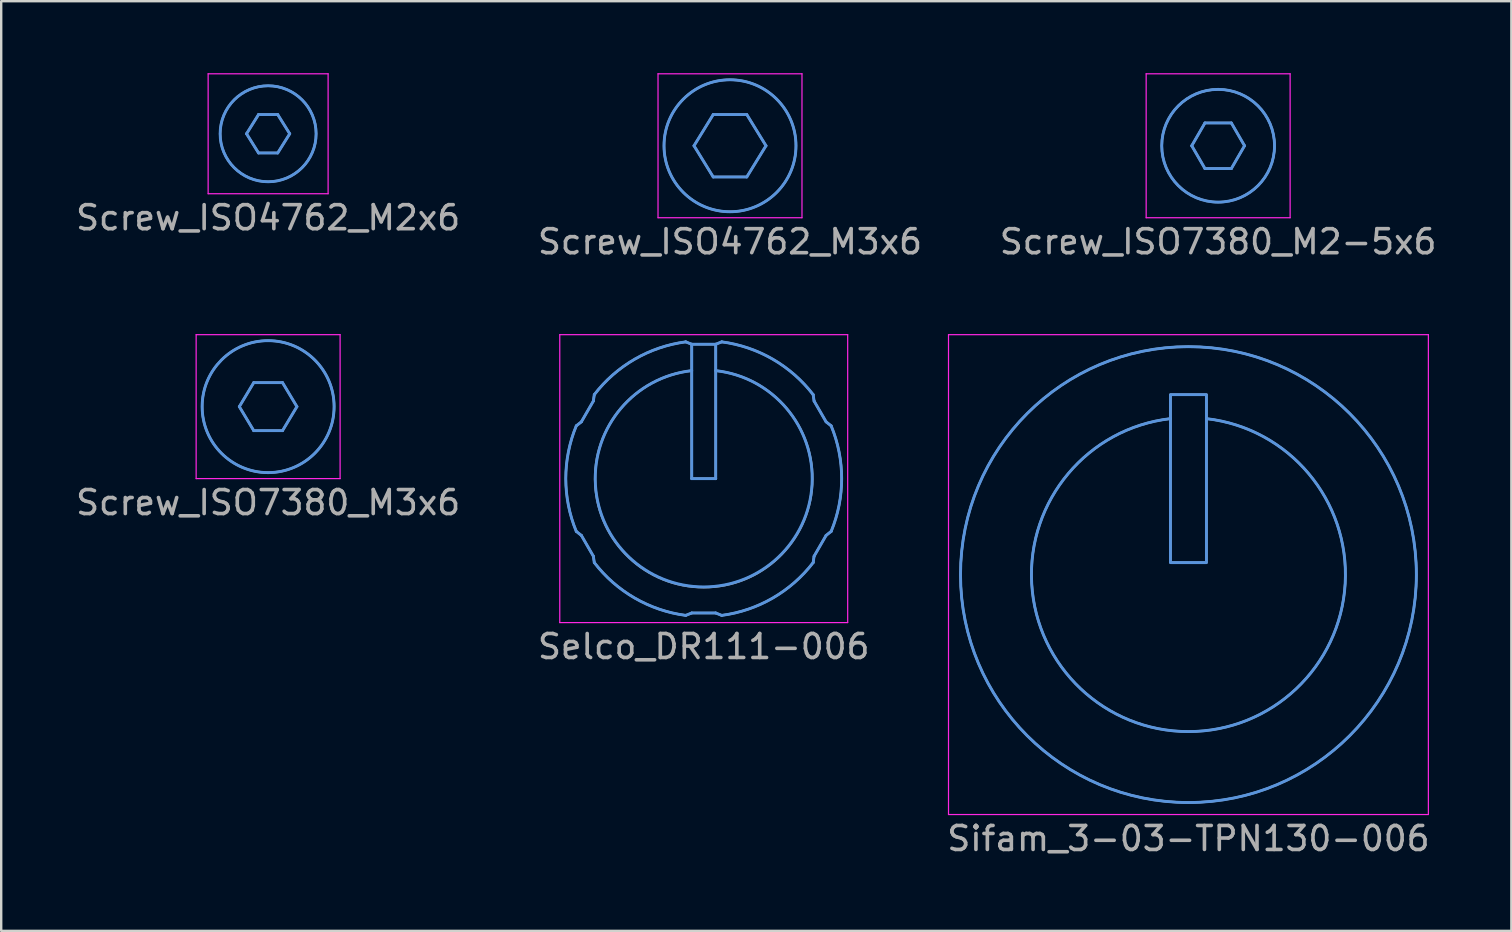
<source format=kicad_pcb>
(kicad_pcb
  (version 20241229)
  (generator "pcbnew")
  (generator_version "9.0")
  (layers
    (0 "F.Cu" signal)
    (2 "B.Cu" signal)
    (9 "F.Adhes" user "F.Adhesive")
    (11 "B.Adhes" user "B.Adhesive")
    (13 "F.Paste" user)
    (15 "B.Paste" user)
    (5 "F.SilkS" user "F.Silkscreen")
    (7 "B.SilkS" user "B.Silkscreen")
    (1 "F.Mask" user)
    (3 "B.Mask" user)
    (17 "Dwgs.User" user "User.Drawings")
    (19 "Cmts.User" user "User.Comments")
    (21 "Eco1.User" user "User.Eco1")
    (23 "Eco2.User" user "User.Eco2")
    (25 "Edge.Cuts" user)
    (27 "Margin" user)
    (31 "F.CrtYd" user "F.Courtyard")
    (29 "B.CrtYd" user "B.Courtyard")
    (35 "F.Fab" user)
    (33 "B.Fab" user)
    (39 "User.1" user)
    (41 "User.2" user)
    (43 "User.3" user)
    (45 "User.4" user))
  (footprint "Screw_ISO7380_M3x6"
    (layer "F.Cu")
    (at 8.125 13.898)
    (property "Reference" "Screw_ISO7380_M3x6" (at 0 4 0) (unlocked yes) (layer "F.Fab") (effects (font (size 1 1) (thickness 0.15))))
    (fp_line (start -1.2 0) (end -0.6 -1) (stroke (width 0.12) (type solid)) (layer "Cmts.User"))
    (fp_line (start -0.6 -1) (end 0.6 -1) (stroke (width 0.12) (type solid)) (layer "Cmts.User"))
    (fp_line (start -0.6 1) (end -1.2 0) (stroke (width 0.12) (type solid)) (layer "Cmts.User"))
    (fp_line (start 0.6 -1) (end 1.2 0) (stroke (width 0.12) (type solid)) (layer "Cmts.User"))
    (fp_line (start 0.6 1) (end -0.6 1) (stroke (width 0.12) (type solid)) (layer "Cmts.User"))
    (fp_line (start 1.2 0) (end 0.6 1) (stroke (width 0.12) (type solid)) (layer "Cmts.User"))
    (fp_circle (center 0 0) (end 2.75 0) (stroke (width 0.12) (type solid)) (fill no) (layer "Cmts.User"))
    (fp_line (start -3 -3) (end 3 -3) (stroke (width 0.05) (type solid)) (layer "F.CrtYd"))
    (fp_line (start -3 3) (end -3 -3) (stroke (width 0.05) (type solid)) (layer "F.CrtYd"))
    (fp_line (start 3 -3) (end 3 3) (stroke (width 0.05) (type solid)) (layer "F.CrtYd"))
    (fp_line (start 3 3) (end -3 3) (stroke (width 0.05) (type solid)) (layer "F.CrtYd"))
    (fp_line (start -1.2 0) (end -0.6 -1) (stroke (width 0.1) (type solid)) (layer "F.Fab"))
    (fp_line (start -0.6 1) (end -1.2 0) (stroke (width 0.1) (type solid)) (layer "F.Fab"))
    (fp_line (start -0.6 1) (end 0.6 1) (stroke (width 0.1) (type solid)) (layer "F.Fab"))
    (fp_line (start 0.6 -1) (end -0.6 -1) (stroke (width 0.1) (type solid)) (layer "F.Fab"))
    (fp_line (start 0.6 1) (end 1.2 0) (stroke (width 0.1) (type solid)) (layer "F.Fab"))
    (fp_line (start 1.2 0) (end 0.6 -1) (stroke (width 0.1) (type solid)) (layer "F.Fab"))
    (fp_circle (center 0 0) (end 2.75 0) (stroke (width 0.1) (type solid)) (fill no) (layer "F.Fab")))
  (footprint "Screw_ISO4762_M3x6"
    (layer "F.Cu")
    (at 27.375 3.025)
    (property "Reference" "Screw_ISO4762_M3x6" (at 0 4 0) (unlocked yes) (layer "F.Fab") (effects (font (size 1 1) (thickness 0.15))))
    (fp_line (start -1.5 0) (end -0.7 -1.3) (stroke (width 0.12) (type solid)) (layer "Cmts.User"))
    (fp_line (start -0.7 1.3) (end -1.5 0) (stroke (width 0.12) (type solid)) (layer "Cmts.User"))
    (fp_line (start 0.7 -1.3) (end -0.7 -1.3) (stroke (width 0.12) (type solid)) (layer "Cmts.User"))
    (fp_line (start 0.7 1.3) (end -0.7 1.3) (stroke (width 0.12) (type solid)) (layer "Cmts.User"))
    (fp_line (start 1.5 0) (end 0.7 -1.3) (stroke (width 0.12) (type solid)) (layer "Cmts.User"))
    (fp_line (start 1.5 0) (end 0.7 1.3) (stroke (width 0.12) (type solid)) (layer "Cmts.User"))
    (fp_circle (center 0 0) (end 2.75 0) (stroke (width 0.12) (type solid)) (fill no) (layer "Cmts.User"))
    (fp_line (start -3 -3) (end 3 -3) (stroke (width 0.05) (type solid)) (layer "F.CrtYd"))
    (fp_line (start -3 3) (end -3 -3) (stroke (width 0.05) (type solid)) (layer "F.CrtYd"))
    (fp_line (start 3 -3) (end 3 3) (stroke (width 0.05) (type solid)) (layer "F.CrtYd"))
    (fp_line (start 3 3) (end -3 3) (stroke (width 0.05) (type solid)) (layer "F.CrtYd"))
    (fp_line (start -1.5 0) (end -0.7 -1.3) (stroke (width 0.1) (type solid)) (layer "F.Fab"))
    (fp_line (start -0.7 -1.3) (end 0.7 -1.3) (stroke (width 0.1) (type solid)) (layer "F.Fab"))
    (fp_line (start -0.7 1.3) (end -1.5 0) (stroke (width 0.1) (type solid)) (layer "F.Fab"))
    (fp_line (start 0.7 -1.3) (end 1.5 0) (stroke (width 0.1) (type solid)) (layer "F.Fab"))
    (fp_line (start 0.7 1.3) (end -0.7 1.3) (stroke (width 0.1) (type solid)) (layer "F.Fab"))
    (fp_line (start 1.5 0) (end 0.7 1.3) (stroke (width 0.1) (type solid)) (layer "F.Fab"))
    (fp_circle (center 0 0) (end 2.75 0) (stroke (width 0.1) (type solid)) (fill no) (layer "F.Fab")))
  (footprint "Selco_DR111-006"
    (layer "F.Cu")
    (at 26.28 16.898)
    (property "Reference" "Selco_DR111-006" (at 0 7 0) (unlocked yes) (layer "F.Fab") (effects (font (size 1 1) (thickness 0.15))))
    (fp_line (start -5.311 2.2) (end -5.1 2.367) (stroke (width 0.12) (type solid)) (layer "Cmts.User"))
    (fp_line (start -5.1 -2.367) (end -5.311 -2.2) (stroke (width 0.12) (type solid)) (layer "Cmts.User"))
    (fp_line (start -5.1 -2.367) (end -4.6 -3.233) (stroke (width 0.12) (type solid)) (layer "Cmts.User"))
    (fp_line (start -4.6 3.233) (end -5.1 2.367) (stroke (width 0.12) (type solid)) (layer "Cmts.User"))
    (fp_line (start -4.6 3.233) (end -4.561 3.5) (stroke (width 0.12) (type solid)) (layer "Cmts.User"))
    (fp_line (start -4.561 -3.5) (end -4.6 -3.233) (stroke (width 0.12) (type solid)) (layer "Cmts.User"))
    (fp_line (start -0.75 5.7) (end -0.5 5.6) (stroke (width 0.12) (type solid)) (layer "Cmts.User"))
    (fp_line (start -0.5 -5.6) (end -0.75 -5.7) (stroke (width 0.12) (type solid)) (layer "Cmts.User"))
    (fp_line (start -0.5 -5.6) (end -0.5 0) (stroke (width 0.12) (type solid)) (layer "Cmts.User"))
    (fp_line (start -0.5 -5.6) (end 0.5 -5.6) (stroke (width 0.12) (type solid)) (layer "Cmts.User"))
    (fp_line (start -0.5 0) (end 0.5 0) (stroke (width 0.12) (type solid)) (layer "Cmts.User"))
    (fp_line (start 0.5 0) (end 0.5 -5.6) (stroke (width 0.12) (type solid)) (layer "Cmts.User"))
    (fp_line (start 0.5 5.6) (end -0.5 5.6) (stroke (width 0.12) (type solid)) (layer "Cmts.User"))
    (fp_line (start 0.5 5.6) (end 0.75 5.7) (stroke (width 0.12) (type solid)) (layer "Cmts.User"))
    (fp_line (start 0.75 -5.7) (end 0.5 -5.6) (stroke (width 0.12) (type solid)) (layer "Cmts.User"))
    (fp_line (start 4.561 3.5) (end 4.6 3.233) (stroke (width 0.12) (type solid)) (layer "Cmts.User"))
    (fp_line (start 4.6 -3.233) (end 4.561 -3.5) (stroke (width 0.12) (type solid)) (layer "Cmts.User"))
    (fp_line (start 4.6 -3.233) (end 5.1 -2.367) (stroke (width 0.12) (type solid)) (layer "Cmts.User"))
    (fp_line (start 5.1 2.367) (end 4.6 3.233) (stroke (width 0.12) (type solid)) (layer "Cmts.User"))
    (fp_line (start 5.1 2.367) (end 5.311 2.2) (stroke (width 0.12) (type solid)) (layer "Cmts.User"))
    (fp_line (start 5.311 -2.2) (end 5.1 -2.367) (stroke (width 0.12) (type solid)) (layer "Cmts.User"))
    (fp_arc (start -5.311344 2.200481) (mid -5.749047 0) (end -5.311344 -2.200481) (stroke (width 0.12) (type solid)) (layer "Cmts.User"))
    (fp_arc (start -4.561345 -3.499519) (mid -2.874524 -4.978821) (end -0.75 -5.7) (stroke (width 0.12) (type solid)) (layer "Cmts.User"))
    (fp_arc (start -0.75 5.7) (mid -2.874524 4.978821) (end -4.561345 3.499519) (stroke (width 0.12) (type solid)) (layer "Cmts.User"))
    (fp_arc (start 0.5 -4.499999) (mid 0 4.51372) (end -0.5 -4.499999) (stroke (width 0.12) (type solid)) (layer "Cmts.User"))
    (fp_arc (start 0.75 -5.7) (mid 2.874524 -4.978821) (end 4.561345 -3.499519) (stroke (width 0.12) (type solid)) (layer "Cmts.User"))
    (fp_arc (start 4.561345 3.499519) (mid 2.874524 4.978821) (end 0.75 5.7) (stroke (width 0.12) (type solid)) (layer "Cmts.User"))
    (fp_arc (start 5.311344 -2.200481) (mid 5.749047 0) (end 5.311344 2.200481) (stroke (width 0.12) (type solid)) (layer "Cmts.User"))
    (fp_line (start -6 6) (end -6 -6) (stroke (width 0.05) (type solid)) (layer "F.CrtYd"))
    (fp_line (start -6 6) (end 6 6) (stroke (width 0.05) (type solid)) (layer "F.CrtYd"))
    (fp_line (start 6 -6) (end -6 -6) (stroke (width 0.05) (type solid)) (layer "F.CrtYd"))
    (fp_line (start 6 6) (end 6 -6) (stroke (width 0.05) (type solid)) (layer "F.CrtYd"))
    (fp_line (start -5.311 -2.2) (end -5.1 -2.367) (stroke (width 0.1) (type solid)) (layer "F.Fab"))
    (fp_line (start -5.1 -2.367) (end -4.6 -3.233) (stroke (width 0.1) (type solid)) (layer "F.Fab"))
    (fp_line (start -5.1 2.367) (end -5.311 2.2) (stroke (width 0.1) (type solid)) (layer "F.Fab"))
    (fp_line (start -4.6 -3.233) (end -4.561 -3.5) (stroke (width 0.1) (type solid)) (layer "F.Fab"))
    (fp_line (start -4.6 3.233) (end -5.1 2.367) (stroke (width 0.1) (type solid)) (layer "F.Fab"))
    (fp_line (start -4.561 3.5) (end -4.6 3.233) (stroke (width 0.1) (type solid)) (layer "F.Fab"))
    (fp_line (start -0.75 5.7) (end -0.5 5.6) (stroke (width 0.1) (type solid)) (layer "F.Fab"))
    (fp_line (start -0.5 -5.6) (end -0.75 -5.7) (stroke (width 0.1) (type solid)) (layer "F.Fab"))
    (fp_line (start -0.5 -5.6) (end -0.5 0) (stroke (width 0.1) (type solid)) (layer "F.Fab"))
    (fp_line (start -0.5 0) (end 0.5 0) (stroke (width 0.1) (type solid)) (layer "F.Fab"))
    (fp_line (start -0.5 5.6) (end 0.5 5.6) (stroke (width 0.1) (type solid)) (layer "F.Fab"))
    (fp_line (start 0.5 -5.6) (end -0.5 -5.6) (stroke (width 0.1) (type solid)) (layer "F.Fab"))
    (fp_line (start 0.5 0) (end 0.5 -5.6) (stroke (width 0.1) (type solid)) (layer "F.Fab"))
    (fp_line (start 0.5 5.6) (end 0.75 5.7) (stroke (width 0.1) (type solid)) (layer "F.Fab"))
    (fp_line (start 0.75 -5.7) (end 0.5 -5.6) (stroke (width 0.1) (type solid)) (layer "F.Fab"))
    (fp_line (start 4.561 -3.5) (end 4.6 -3.233) (stroke (width 0.1) (type solid)) (layer "F.Fab"))
    (fp_line (start 4.6 -3.233) (end 5.1 -2.367) (stroke (width 0.1) (type solid)) (layer "F.Fab"))
    (fp_line (start 4.6 3.233) (end 4.561 3.5) (stroke (width 0.1) (type solid)) (layer "F.Fab"))
    (fp_line (start 5.1 -2.367) (end 5.311 -2.2) (stroke (width 0.1) (type solid)) (layer "F.Fab"))
    (fp_line (start 5.1 2.367) (end 4.6 3.233) (stroke (width 0.1) (type solid)) (layer "F.Fab"))
    (fp_line (start 5.311 2.2) (end 5.1 2.367) (stroke (width 0.1) (type solid)) (layer "F.Fab"))
    (fp_arc (start -5.311345 2.200481) (mid -5.749048 0) (end -5.311345 -2.200481) (stroke (width 0.1) (type solid)) (layer "F.Fab"))
    (fp_arc (start -4.561345 -3.499519) (mid -2.874524 -4.978821) (end -0.75 -5.7) (stroke (width 0.1) (type solid)) (layer "F.Fab"))
    (fp_arc (start -0.75 5.7) (mid -2.874524 4.978821) (end -4.561345 3.499519) (stroke (width 0.1) (type solid)) (layer "F.Fab"))
    (fp_arc (start 0.5 -4.499999) (mid 0 4.527692) (end -0.5 -4.499999) (stroke (width 0.1) (type solid)) (layer "F.Fab"))
    (fp_arc (start 0.75 -5.7) (mid 2.874524 -4.978821) (end 4.561345 -3.499519) (stroke (width 0.1) (type solid)) (layer "F.Fab"))
    (fp_arc (start 4.561345 3.499519) (mid 2.874524 4.978821) (end 0.75 5.7) (stroke (width 0.1) (type solid)) (layer "F.Fab"))
    (fp_arc (start 5.311345 -2.200481) (mid 5.749048 0) (end 5.311345 2.200481) (stroke (width 0.1) (type solid)) (layer "F.Fab")))
  (footprint "Sifam_3-03-TPN130-006"
    (layer "F.Cu")
    (at 46.482 20.898)
    (property "Reference" "Sifam_3-03-TPN130-006" (at 0 11 0) (unlocked yes) (layer "F.Fab") (effects (font (size 1 1) (thickness 0.15))))
    (fp_rect (start -0.75 -7.5) (end 0.75 -0.5) (stroke (width 0.12) (type solid)) (fill no) (layer "Cmts.User"))
    (fp_arc (start 0.75 -6.5) (mid 0 6.543126) (end -0.75 -6.5) (stroke (width 0.12) (type solid)) (layer "Cmts.User"))
    (fp_circle (center 0 0) (end 9.5 0) (stroke (width 0.12) (type solid)) (fill no) (layer "Cmts.User"))
    (fp_line (start -10 -10) (end -10 10) (stroke (width 0.05) (type solid)) (layer "F.CrtYd"))
    (fp_line (start -10 10) (end 10 10) (stroke (width 0.05) (type solid)) (layer "F.CrtYd"))
    (fp_line (start 10 -10) (end -10 -10) (stroke (width 0.05) (type solid)) (layer "F.CrtYd"))
    (fp_line (start 10 10) (end 10 -10) (stroke (width 0.05) (type solid)) (layer "F.CrtYd"))
    (fp_rect (start -0.75 -7.5) (end 0.75 -0.5) (stroke (width 0.1) (type solid)) (fill no) (layer "F.Fab"))
    (fp_arc (start 0.75 -6.5) (mid 0 6.543126) (end -0.75 -6.5) (stroke (width 0.1) (type solid)) (layer "F.Fab"))
    (fp_circle (center 0 0) (end 9.5 0) (stroke (width 0.1) (type solid)) (fill no) (layer "F.Fab")))
  (footprint "Screw_ISO7380_M2-5x6"
    (layer "F.Cu")
    (at 47.72 3.025)
    (property "Reference" "Screw_ISO7380_M2-5x6" (at 0 4 0) (unlocked yes) (layer "F.Fab") (effects (font (size 1 1) (thickness 0.15))))
    (fp_line (start -1.1 0) (end -0.55 -0.95) (stroke (width 0.12) (type solid)) (layer "Cmts.User"))
    (fp_line (start -0.55 -0.95) (end 0.55 -0.95) (stroke (width 0.12) (type solid)) (layer "Cmts.User"))
    (fp_line (start -0.55 0.95) (end -1.1 0) (stroke (width 0.12) (type solid)) (layer "Cmts.User"))
    (fp_line (start 0.55 -0.95) (end 1.1 0) (stroke (width 0.12) (type solid)) (layer "Cmts.User"))
    (fp_line (start 0.55 0.95) (end -0.55 0.95) (stroke (width 0.12) (type solid)) (layer "Cmts.User"))
    (fp_line (start 1.1 0) (end 0.55 0.95) (stroke (width 0.12) (type solid)) (layer "Cmts.User"))
    (fp_circle (center 0 0) (end 2.35 0) (stroke (width 0.12) (type solid)) (fill no) (layer "Cmts.User"))
    (fp_line (start -3 -3) (end 3 -3) (stroke (width 0.05) (type solid)) (layer "F.CrtYd"))
    (fp_line (start -3 3) (end -3 -3) (stroke (width 0.05) (type solid)) (layer "F.CrtYd"))
    (fp_line (start 3 -3) (end 3 3) (stroke (width 0.05) (type solid)) (layer "F.CrtYd"))
    (fp_line (start 3 3) (end -3 3) (stroke (width 0.05) (type solid)) (layer "F.CrtYd"))
    (fp_line (start -1.1 0) (end -0.55 -0.95) (stroke (width 0.1) (type solid)) (layer "F.Fab"))
    (fp_line (start -0.55 0.95) (end -1.1 0) (stroke (width 0.1) (type solid)) (layer "F.Fab"))
    (fp_line (start -0.55 0.95) (end 0.55 0.95) (stroke (width 0.1) (type solid)) (layer "F.Fab"))
    (fp_line (start 0.55 -0.95) (end -0.55 -0.95) (stroke (width 0.1) (type solid)) (layer "F.Fab"))
    (fp_line (start 0.55 0.95) (end 1.1 0) (stroke (width 0.1) (type solid)) (layer "F.Fab"))
    (fp_line (start 1.1 0) (end 0.55 -0.95) (stroke (width 0.1) (type solid)) (layer "F.Fab"))
    (fp_circle (center 0 0) (end 2.35 0) (stroke (width 0.1) (type solid)) (fill no) (layer "F.Fab")))
  (footprint "Screw_ISO4762_M2x6"
    (layer "F.Cu")
    (at 8.125 2.525)
    (property "Reference" "Screw_ISO4762_M2x6" (at 0 3.5 0) (unlocked yes) (layer "F.Fab") (effects (font (size 1 1) (thickness 0.15))))
    (fp_line (start -0.9 0) (end -0.4 0.8) (stroke (width 0.12) (type solid)) (layer "Cmts.User"))
    (fp_line (start -0.4 -0.8) (end -0.9 0) (stroke (width 0.12) (type solid)) (layer "Cmts.User"))
    (fp_line (start -0.4 0.8) (end 0.4 0.8) (stroke (width 0.12) (type solid)) (layer "Cmts.User"))
    (fp_line (start 0.4 -0.8) (end -0.4 -0.8) (stroke (width 0.12) (type solid)) (layer "Cmts.User"))
    (fp_line (start 0.9 0) (end 0.4 -0.8) (stroke (width 0.12) (type solid)) (layer "Cmts.User"))
    (fp_line (start 0.9 0) (end 0.4 0.8) (stroke (width 0.12) (type solid)) (layer "Cmts.User"))
    (fp_circle (center 0 0) (end 2 0) (stroke (width 0.12) (type solid)) (fill no) (layer "Cmts.User"))
    (fp_line (start -2.5 -2.5) (end 2.5 -2.5) (stroke (width 0.05) (type solid)) (layer "F.CrtYd"))
    (fp_line (start -2.5 2.5) (end -2.5 -2.5) (stroke (width 0.05) (type solid)) (layer "F.CrtYd"))
    (fp_line (start 2.5 -2.5) (end 2.5 2.5) (stroke (width 0.05) (type solid)) (layer "F.CrtYd"))
    (fp_line (start 2.5 2.5) (end -2.5 2.5) (stroke (width 0.05) (type solid)) (layer "F.CrtYd"))
    (fp_line (start -0.9 0) (end -0.4 -0.8) (stroke (width 0.1) (type solid)) (layer "F.Fab"))
    (fp_line (start -0.4 -0.8) (end 0.4 -0.8) (stroke (width 0.1) (type solid)) (layer "F.Fab"))
    (fp_line (start -0.4 0.8) (end -0.9 0) (stroke (width 0.1) (type solid)) (layer "F.Fab"))
    (fp_line (start 0.4 -0.8) (end 0.9 0) (stroke (width 0.1) (type solid)) (layer "F.Fab"))
    (fp_line (start 0.4 0.8) (end -0.4 0.8) (stroke (width 0.1) (type solid)) (layer "F.Fab"))
    (fp_line (start 0.9 0) (end 0.4 0.8) (stroke (width 0.1) (type solid)) (layer "F.Fab"))
    (fp_circle (center 0 0) (end 2 0) (stroke (width 0.1) (type solid)) (fill no) (layer "F.Fab")))
  (gr_rect
    (start -3 -3)
    (end 59.94 35.746)
    (stroke (width 0.1) (type default))
    (fill no)
    (layer "Edge.Cuts")))
</source>
